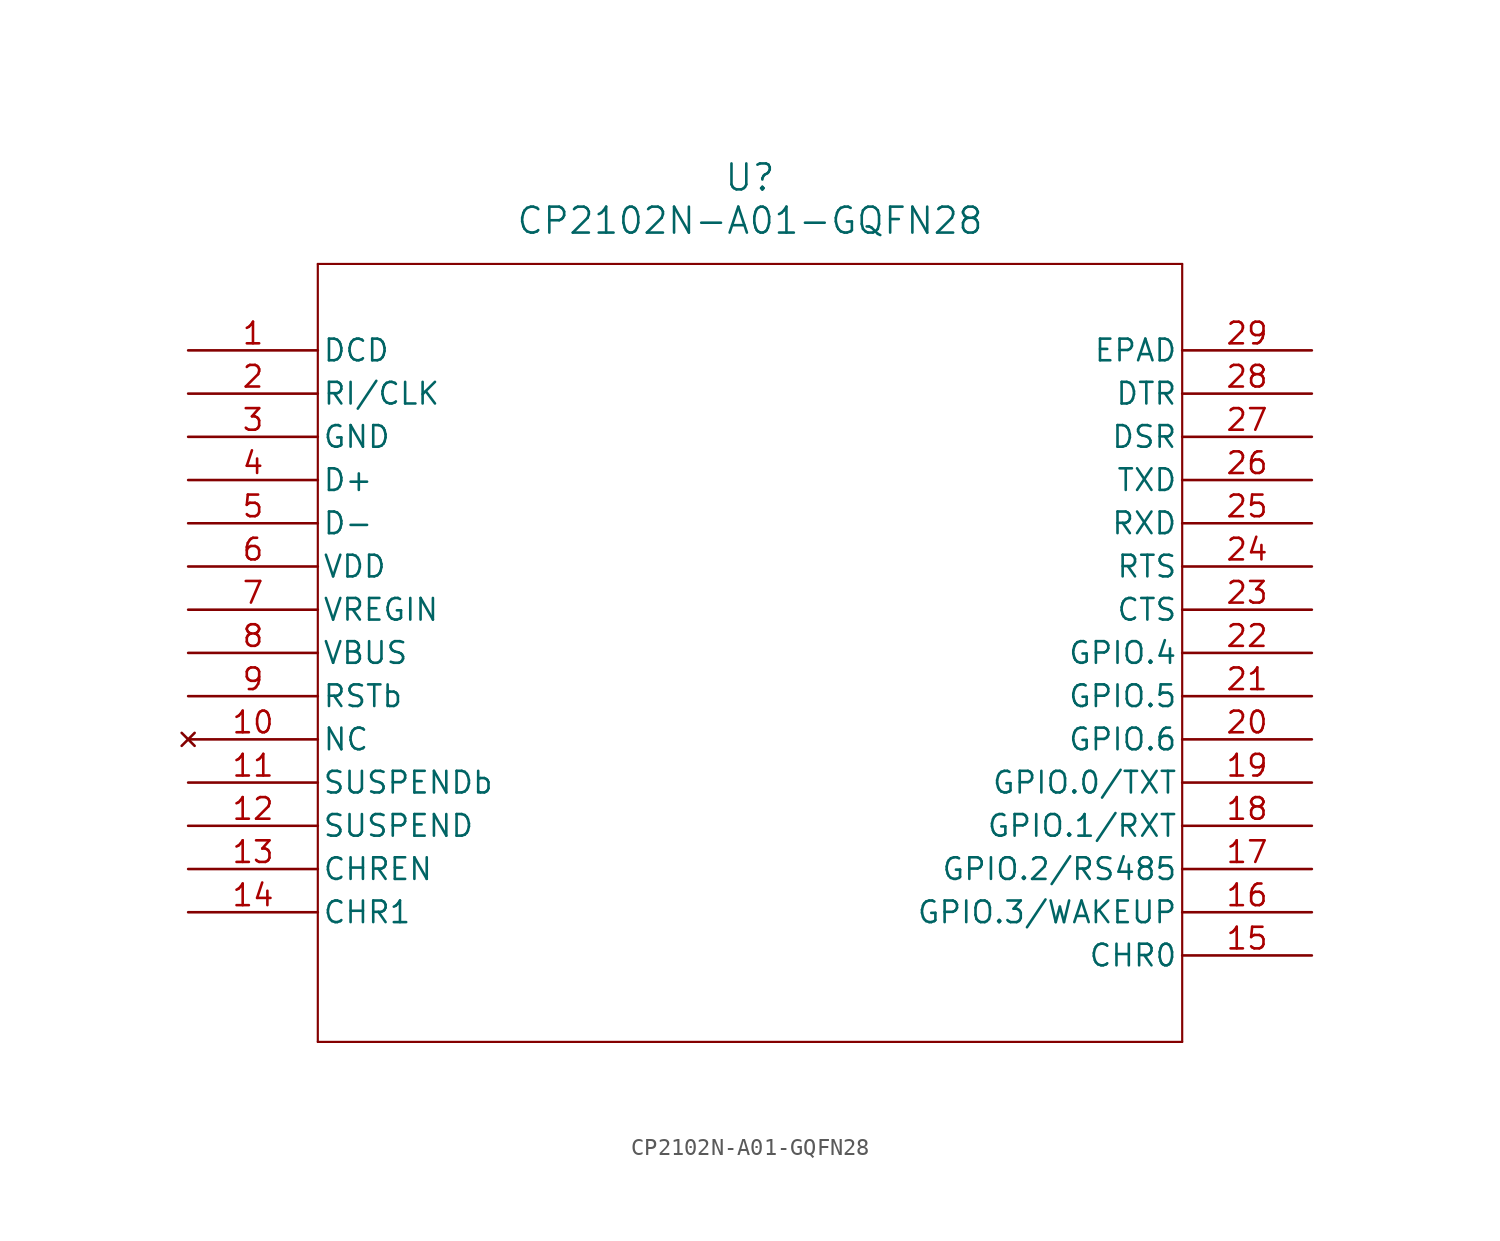
<source format=kicad_sym>
(kicad_symbol_lib
  (version 20211014)
  (generator kicad_symbol_editor)
  (symbol "CP2102N-A01-GQFN28"
    (pin_names
      (offset 0.254))
    (property "Reference" "U"
      (at 33.02 10.16 0)
      (effects (font (size 1.524 1.524))))
    (property "Value" "CP2102N-A01-GQFN28"
      (at 33.02 7.62 0)
      (effects (font (size 1.524 1.524))))
    (symbol "CP2102N-A01-GQFN28_0_1"
      (polyline (pts (xy 7.62 5.08) (xy 7.62 -40.64)) (stroke (width 0.127) (type default) (color 0 0 0 0)) (fill (type none)))
      (polyline (pts (xy 7.62 -40.64) (xy 58.42 -40.64)) (stroke (width 0.127) (type default) (color 0 0 0 0)) (fill (type none)))
      (polyline (pts (xy 58.42 -40.64) (xy 58.42 5.08)) (stroke (width 0.127) (type default) (color 0 0 0 0)) (fill (type none)))
      (polyline (pts (xy 58.42 5.08) (xy 7.62 5.08)) (stroke (width 0.127) (type default) (color 0 0 0 0)) (fill (type none)))
      (pin power_in line (at 0 0 0) (length 7.62) (name "DCD" (effects (font (size 1.27 1.27)))) (number "1" (effects (font (size 1.27 1.27)))))
      (pin bidirectional line (at 0 -2.54 0) (length 7.62) (name "RI/CLK" (effects (font (size 1.27 1.27)))) (number "2" (effects (font (size 1.27 1.27)))))
      (pin power_in line (at 0 -5.08 0) (length 7.62) (name "GND" (effects (font (size 1.27 1.27)))) (number "3" (effects (font (size 1.27 1.27)))))
      (pin unspecified line (at 0 -7.62 0) (length 7.62) (name "D+" (effects (font (size 1.27 1.27)))) (number "4" (effects (font (size 1.27 1.27)))))
      (pin unspecified line (at 0 -10.16 0) (length 7.62) (name "D-" (effects (font (size 1.27 1.27)))) (number "5" (effects (font (size 1.27 1.27)))))
      (pin power_in line (at 0 -12.7 0) (length 7.62) (name "VDD" (effects (font (size 1.27 1.27)))) (number "6" (effects (font (size 1.27 1.27)))))
      (pin input line (at 0 -15.24 0) (length 7.62) (name "VREGIN" (effects (font (size 1.27 1.27)))) (number "7" (effects (font (size 1.27 1.27)))))
      (pin input line (at 0 -17.78 0) (length 7.62) (name "VBUS" (effects (font (size 1.27 1.27)))) (number "8" (effects (font (size 1.27 1.27)))))
      (pin unspecified line (at 0 -20.32 0) (length 7.62) (name "RSTb" (effects (font (size 1.27 1.27)))) (number "9" (effects (font (size 1.27 1.27)))))
      (pin no_connect line (at 0 -22.86 0) (length 7.62) (name "NC" (effects (font (size 1.27 1.27)))) (number "10" (effects (font (size 1.27 1.27)))))
      (pin output line (at 0 -25.4 0) (length 7.62) (name "SUSPENDb" (effects (font (size 1.27 1.27)))) (number "11" (effects (font (size 1.27 1.27)))))
      (pin output line (at 0 -27.94 0) (length 7.62) (name "SUSPEND" (effects (font (size 1.27 1.27)))) (number "12" (effects (font (size 1.27 1.27)))))
      (pin output line (at 0 -30.48 0) (length 7.62) (name "CHREN" (effects (font (size 1.27 1.27)))) (number "13" (effects (font (size 1.27 1.27)))))
      (pin output line (at 0 -33.02 0) (length 7.62) (name "CHR1" (effects (font (size 1.27 1.27)))) (number "14" (effects (font (size 1.27 1.27)))))
      (pin output line (at 66.04 -35.56 180) (length 7.62) (name "CHR0" (effects (font (size 1.27 1.27)))) (number "15" (effects (font (size 1.27 1.27)))))
      (pin bidirectional line (at 66.04 -33.02 180) (length 7.62) (name "GPIO.3/WAKEUP" (effects (font (size 1.27 1.27)))) (number "16" (effects (font (size 1.27 1.27)))))
      (pin bidirectional line (at 66.04 -30.48 180) (length 7.62) (name "GPIO.2/RS485" (effects (font (size 1.27 1.27)))) (number "17" (effects (font (size 1.27 1.27)))))
      (pin bidirectional line (at 66.04 -27.94 180) (length 7.62) (name "GPIO.1/RXT" (effects (font (size 1.27 1.27)))) (number "18" (effects (font (size 1.27 1.27)))))
      (pin bidirectional line (at 66.04 -25.4 180) (length 7.62) (name "GPIO.0/TXT" (effects (font (size 1.27 1.27)))) (number "19" (effects (font (size 1.27 1.27)))))
      (pin bidirectional line (at 66.04 -22.86 180) (length 7.62) (name "GPIO.6" (effects (font (size 1.27 1.27)))) (number "20" (effects (font (size 1.27 1.27)))))
      (pin bidirectional line (at 66.04 -20.32 180) (length 7.62) (name "GPIO.5" (effects (font (size 1.27 1.27)))) (number "21" (effects (font (size 1.27 1.27)))))
      (pin bidirectional line (at 66.04 -17.78 180) (length 7.62) (name "GPIO.4" (effects (font (size 1.27 1.27)))) (number "22" (effects (font (size 1.27 1.27)))))
      (pin input line (at 66.04 -15.24 180) (length 7.62) (name "CTS" (effects (font (size 1.27 1.27)))) (number "23" (effects (font (size 1.27 1.27)))))
      (pin output line (at 66.04 -12.7 180) (length 7.62) (name "RTS" (effects (font (size 1.27 1.27)))) (number "24" (effects (font (size 1.27 1.27)))))
      (pin input line (at 66.04 -10.16 180) (length 7.62) (name "RXD" (effects (font (size 1.27 1.27)))) (number "25" (effects (font (size 1.27 1.27)))))
      (pin output line (at 66.04 -7.62 180) (length 7.62) (name "TXD" (effects (font (size 1.27 1.27)))) (number "26" (effects (font (size 1.27 1.27)))))
      (pin input line (at 66.04 -5.08 180) (length 7.62) (name "DSR" (effects (font (size 1.27 1.27)))) (number "27" (effects (font (size 1.27 1.27)))))
      (pin output line (at 66.04 -2.54 180) (length 7.62) (name "DTR" (effects (font (size 1.27 1.27)))) (number "28" (effects (font (size 1.27 1.27)))))
      (pin unspecified line (at 66.04 0 180) (length 7.62) (name "EPAD" (effects (font (size 1.27 1.27)))) (number "29" (effects (font (size 1.27 1.27))))))))
</source>
